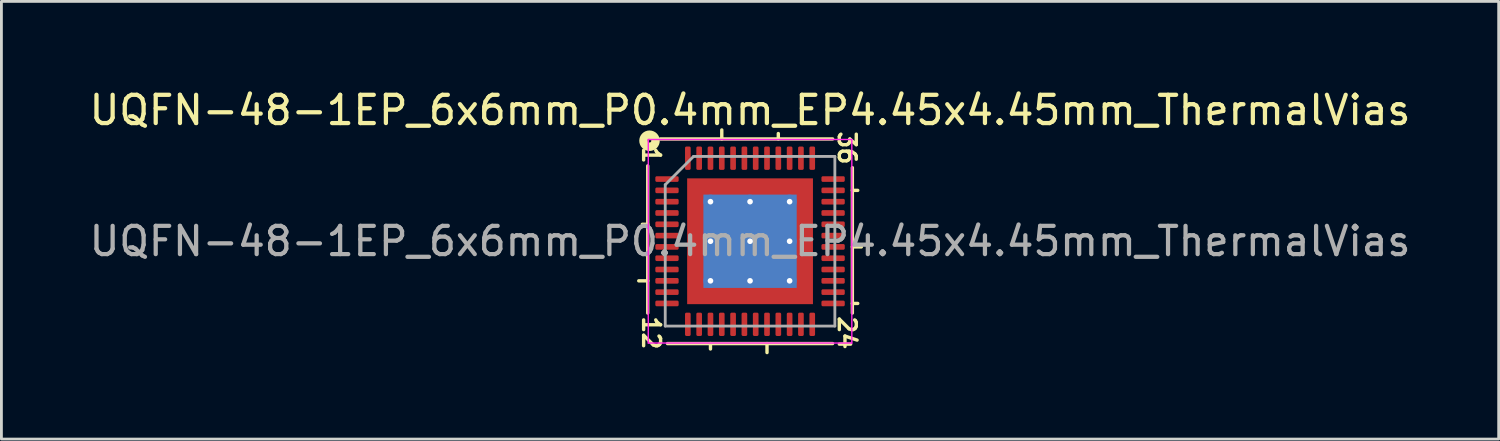
<source format=kicad_pcb>
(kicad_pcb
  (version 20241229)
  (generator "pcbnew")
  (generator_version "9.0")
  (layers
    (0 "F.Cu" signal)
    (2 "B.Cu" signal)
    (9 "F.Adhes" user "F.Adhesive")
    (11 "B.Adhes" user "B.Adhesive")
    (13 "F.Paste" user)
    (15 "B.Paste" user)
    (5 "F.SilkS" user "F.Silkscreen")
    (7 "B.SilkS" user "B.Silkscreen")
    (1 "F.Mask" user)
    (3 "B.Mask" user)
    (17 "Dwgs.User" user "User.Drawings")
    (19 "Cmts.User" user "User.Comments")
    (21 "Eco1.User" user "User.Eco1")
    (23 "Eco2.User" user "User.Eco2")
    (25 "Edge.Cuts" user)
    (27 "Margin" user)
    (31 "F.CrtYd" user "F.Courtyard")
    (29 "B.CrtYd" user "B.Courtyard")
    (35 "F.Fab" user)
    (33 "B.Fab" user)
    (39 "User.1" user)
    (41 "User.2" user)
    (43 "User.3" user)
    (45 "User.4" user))
  (footprint "UQFN-48-1EP_6x6mm_P0.4mm_EP4.45x4.45mm_ThermalVias"
    (layer "F.Cu")
    (at 23.482 5.484)
    (property "Reference" "UQFN-48-1EP_6x6mm_P0.4mm_EP4.45x4.45mm_ThermalVias" (at 0 -4.636 0) (layer "F.SilkS") (effects (font (size 1 1) (thickness 0.15))))
    (attr smd)
    (fp_line (start -3.619 -2.667) (end -3.619 2.54) (stroke (width 0.12) (type solid)) (layer "F.SilkS"))
    (fp_line (start -3.619 -0.6) (end -3.81 -0.6) (stroke (width 0.12) (type solid)) (layer "F.SilkS"))
    (fp_line (start -3.619 1.4) (end -3.937 1.4) (stroke (width 0.12) (type solid)) (layer "F.SilkS"))
    (fp_line (start -2.921 3.619) (end 2.921 3.619) (stroke (width 0.12) (type solid)) (layer "F.SilkS"))
    (fp_line (start -1.4 3.81) (end -1.4 3.619) (stroke (width 0.12) (type solid)) (layer "F.SilkS"))
    (fp_line (start -1 -3.619) (end -1 -3.937) (stroke (width 0.12) (type solid)) (layer "F.SilkS"))
    (fp_line (start 0.6 3.619) (end 0.6 3.937) (stroke (width 0.12) (type solid)) (layer "F.SilkS"))
    (fp_line (start 1 -3.619) (end 1 -3.81) (stroke (width 0.12) (type solid)) (layer "F.SilkS"))
    (fp_line (start 2.921 -3.619) (end -3.175 -3.619) (stroke (width 0.12) (type solid)) (layer "F.SilkS"))
    (fp_line (start 3.619 -1.8) (end 3.81 -1.8) (stroke (width 0.12) (type solid)) (layer "F.SilkS"))
    (fp_line (start 3.619 0.2) (end 3.937 0.2) (stroke (width 0.12) (type solid)) (layer "F.SilkS"))
    (fp_line (start 3.619 2.2) (end 3.81 2.2) (stroke (width 0.12) (type solid)) (layer "F.SilkS"))
    (fp_line (start 3.619 2.54) (end 3.619 -2.603) (stroke (width 0.12) (type solid)) (layer "F.SilkS"))
    (fp_circle (center -3.556 -3.556) (end -3.493 -3.556) (stroke (width 0.3) (type solid)) (fill no) (layer "F.SilkS"))
    (fp_line (start -3.6 -3.6) (end -3.6 3.6) (stroke (width 0.05) (type solid)) (layer "F.CrtYd"))
    (fp_line (start -3.6 3.6) (end 3.6 3.6) (stroke (width 0.05) (type solid)) (layer "F.CrtYd"))
    (fp_line (start 3.6 -3.6) (end -3.6 -3.6) (stroke (width 0.05) (type solid)) (layer "F.CrtYd"))
    (fp_line (start 3.6 3.6) (end 3.6 -3.6) (stroke (width 0.05) (type solid)) (layer "F.CrtYd"))
    (fp_line (start -3 -2) (end -2 -3) (stroke (width 0.1) (type solid)) (layer "F.Fab"))
    (fp_line (start -3 3) (end -3 -2) (stroke (width 0.1) (type solid)) (layer "F.Fab"))
    (fp_line (start -2 -3) (end 3 -3) (stroke (width 0.1) (type solid)) (layer "F.Fab"))
    (fp_line (start 3 -3) (end 3 3) (stroke (width 0.1) (type solid)) (layer "F.Fab"))
    (fp_line (start 3 3) (end -3 3) (stroke (width 0.1) (type solid)) (layer "F.Fab"))
    (fp_text user "24" (at 3.429 3.239 270) (unlocked yes) (layer "F.SilkS") (effects (font (size 0.6 0.6) (thickness 0.12))))
    (fp_text user "36" (at 3.429 -3.302 270) (unlocked yes) (layer "F.SilkS") (effects (font (size 0.6 0.6) (thickness 0.12))))
    (fp_text user "12" (at -3.493 3.239 270) (unlocked yes) (layer "F.SilkS") (effects (font (size 0.6 0.6) (thickness 0.12))))
    (fp_text user "1" (at -3.493 -3.048 270) (unlocked yes) (layer "F.SilkS") (effects (font (size 0.6 0.6) (thickness 0.12))))
    (fp_text user "${REFERENCE}" (at 0 0 0) (layer "F.Fab") (effects (font (size 1 1) (thickness 0.15))))
    (pad "" smd custom (at -1.812 -1.812) (size 0.578 0.578) (layers "F.Paste") (options (anchor circle)) (primitives (gr_poly (pts (xy 0.246 0.174) (xy 0.174 0.246) (xy -0.246 0.246) (xy -0.246 -0.246) (xy 0.246 -0.246)) (width 0.174) (fill yes))))
    (pad "" smd roundrect (at -1.812 -0.7) (size 0.665 1.129) (layers "F.Paste") (roundrect_rratio 0.25))
    (pad "" smd roundrect (at -1.812 0.7) (size 0.665 1.129) (layers "F.Paste") (roundrect_rratio 0.25))
    (pad "" smd custom (at -1.812 1.812) (size 0.578 0.578) (layers "F.Paste") (options (anchor circle)) (primitives (gr_poly (pts (xy 0.246 -0.174) (xy 0.246 0.246) (xy -0.246 0.246) (xy -0.246 -0.246) (xy 0.174 -0.246)) (width 0.174) (fill yes))))
    (pad "" smd roundrect (at -0.7 -1.812) (size 1.129 0.665) (layers "F.Paste") (roundrect_rratio 0.25))
    (pad "" smd roundrect (at -0.7 -0.7) (size 1.129 1.129) (layers "F.Paste") (roundrect_rratio 0.221))
    (pad "" smd roundrect (at -0.7 0.7) (size 1.129 1.129) (layers "F.Paste") (roundrect_rratio 0.221))
    (pad "" smd roundrect (at -0.7 1.812) (size 1.129 0.665) (layers "F.Paste") (roundrect_rratio 0.25))
    (pad "" smd roundrect (at 0.7 -1.812) (size 1.129 0.665) (layers "F.Paste") (roundrect_rratio 0.25))
    (pad "" smd roundrect (at 0.7 -0.7) (size 1.129 1.129) (layers "F.Paste") (roundrect_rratio 0.221))
    (pad "" smd roundrect (at 0.7 0.7) (size 1.129 1.129) (layers "F.Paste") (roundrect_rratio 0.221))
    (pad "" smd roundrect (at 0.7 1.812) (size 1.129 0.665) (layers "F.Paste") (roundrect_rratio 0.25))
    (pad "" smd custom (at 1.812 -1.812) (size 0.578 0.578) (layers "F.Paste") (options (anchor circle)) (primitives (gr_poly (pts (xy 0.246 0.246) (xy -0.174 0.246) (xy -0.246 0.174) (xy -0.246 -0.246) (xy 0.246 -0.246)) (width 0.174) (fill yes))))
    (pad "" smd roundrect (at 1.812 -0.7) (size 0.665 1.129) (layers "F.Paste") (roundrect_rratio 0.25))
    (pad "" smd roundrect (at 1.812 0.7) (size 0.665 1.129) (layers "F.Paste") (roundrect_rratio 0.25))
    (pad "" smd custom (at 1.812 1.812) (size 0.578 0.578) (layers "F.Paste") (options (anchor circle)) (primitives (gr_poly (pts (xy 0.246 0.246) (xy -0.246 0.246) (xy -0.246 -0.174) (xy -0.174 -0.246) (xy 0.246 -0.246)) (width 0.174) (fill yes))))
    (pad "1" smd roundrect (at -2.938 -2.2) (size 0.825 0.2) (layers "F.Cu" "F.Mask" "F.Paste") (roundrect_rratio 0.25))
    (pad "2" smd roundrect (at -2.938 -1.8) (size 0.825 0.2) (layers "F.Cu" "F.Mask" "F.Paste") (roundrect_rratio 0.25))
    (pad "3" smd roundrect (at -2.938 -1.4) (size 0.825 0.2) (layers "F.Cu" "F.Mask" "F.Paste") (roundrect_rratio 0.25))
    (pad "4" smd roundrect (at -2.938 -1) (size 0.825 0.2) (layers "F.Cu" "F.Mask" "F.Paste") (roundrect_rratio 0.25))
    (pad "5" smd roundrect (at -2.938 -0.6) (size 0.825 0.2) (layers "F.Cu" "F.Mask" "F.Paste") (roundrect_rratio 0.25))
    (pad "6" smd roundrect (at -2.938 -0.2) (size 0.825 0.2) (layers "F.Cu" "F.Mask" "F.Paste") (roundrect_rratio 0.25))
    (pad "7" smd roundrect (at -2.938 0.2) (size 0.825 0.2) (layers "F.Cu" "F.Mask" "F.Paste") (roundrect_rratio 0.25))
    (pad "8" smd roundrect (at -2.938 0.6) (size 0.825 0.2) (layers "F.Cu" "F.Mask" "F.Paste") (roundrect_rratio 0.25))
    (pad "9" smd roundrect (at -2.938 1) (size 0.825 0.2) (layers "F.Cu" "F.Mask" "F.Paste") (roundrect_rratio 0.25))
    (pad "10" smd roundrect (at -2.938 1.4) (size 0.825 0.2) (layers "F.Cu" "F.Mask" "F.Paste") (roundrect_rratio 0.25))
    (pad "11" smd roundrect (at -2.938 1.8) (size 0.825 0.2) (layers "F.Cu" "F.Mask" "F.Paste") (roundrect_rratio 0.25))
    (pad "12" smd roundrect (at -2.938 2.2) (size 0.825 0.2) (layers "F.Cu" "F.Mask" "F.Paste") (roundrect_rratio 0.25))
    (pad "13" smd roundrect (at -2.2 2.938) (size 0.2 0.825) (layers "F.Cu" "F.Mask" "F.Paste") (roundrect_rratio 0.25))
    (pad "14" smd roundrect (at -1.8 2.938) (size 0.2 0.825) (layers "F.Cu" "F.Mask" "F.Paste") (roundrect_rratio 0.25))
    (pad "15" smd roundrect (at -1.4 2.938) (size 0.2 0.825) (layers "F.Cu" "F.Mask" "F.Paste") (roundrect_rratio 0.25))
    (pad "16" smd roundrect (at -1 2.938) (size 0.2 0.825) (layers "F.Cu" "F.Mask" "F.Paste") (roundrect_rratio 0.25))
    (pad "17" smd roundrect (at -0.6 2.938) (size 0.2 0.825) (layers "F.Cu" "F.Mask" "F.Paste") (roundrect_rratio 0.25))
    (pad "18" smd roundrect (at -0.2 2.938) (size 0.2 0.825) (layers "F.Cu" "F.Mask" "F.Paste") (roundrect_rratio 0.25))
    (pad "19" smd roundrect (at 0.2 2.938) (size 0.2 0.825) (layers "F.Cu" "F.Mask" "F.Paste") (roundrect_rratio 0.25))
    (pad "20" smd roundrect (at 0.6 2.938) (size 0.2 0.825) (layers "F.Cu" "F.Mask" "F.Paste") (roundrect_rratio 0.25))
    (pad "21" smd roundrect (at 1 2.938) (size 0.2 0.825) (layers "F.Cu" "F.Mask" "F.Paste") (roundrect_rratio 0.25))
    (pad "22" smd roundrect (at 1.4 2.938) (size 0.2 0.825) (layers "F.Cu" "F.Mask" "F.Paste") (roundrect_rratio 0.25))
    (pad "23" smd roundrect (at 1.8 2.938) (size 0.2 0.825) (layers "F.Cu" "F.Mask" "F.Paste") (roundrect_rratio 0.25))
    (pad "24" smd roundrect (at 2.2 2.938) (size 0.2 0.825) (layers "F.Cu" "F.Mask" "F.Paste") (roundrect_rratio 0.25))
    (pad "25" smd roundrect (at 2.938 2.2) (size 0.825 0.2) (layers "F.Cu" "F.Mask" "F.Paste") (roundrect_rratio 0.25))
    (pad "26" smd roundrect (at 2.938 1.8) (size 0.825 0.2) (layers "F.Cu" "F.Mask" "F.Paste") (roundrect_rratio 0.25))
    (pad "27" smd roundrect (at 2.938 1.4) (size 0.825 0.2) (layers "F.Cu" "F.Mask" "F.Paste") (roundrect_rratio 0.25))
    (pad "28" smd roundrect (at 2.938 1) (size 0.825 0.2) (layers "F.Cu" "F.Mask" "F.Paste") (roundrect_rratio 0.25))
    (pad "29" smd roundrect (at 2.938 0.6) (size 0.825 0.2) (layers "F.Cu" "F.Mask" "F.Paste") (roundrect_rratio 0.25))
    (pad "30" smd roundrect (at 2.938 0.2) (size 0.825 0.2) (layers "F.Cu" "F.Mask" "F.Paste") (roundrect_rratio 0.25))
    (pad "31" smd roundrect (at 2.938 -0.2) (size 0.825 0.2) (layers "F.Cu" "F.Mask" "F.Paste") (roundrect_rratio 0.25))
    (pad "32" smd roundrect (at 2.938 -0.6) (size 0.825 0.2) (layers "F.Cu" "F.Mask" "F.Paste") (roundrect_rratio 0.25))
    (pad "33" smd roundrect (at 2.938 -1) (size 0.825 0.2) (layers "F.Cu" "F.Mask" "F.Paste") (roundrect_rratio 0.25))
    (pad "34" smd roundrect (at 2.938 -1.4) (size 0.825 0.2) (layers "F.Cu" "F.Mask" "F.Paste") (roundrect_rratio 0.25))
    (pad "35" smd roundrect (at 2.938 -1.8) (size 0.825 0.2) (layers "F.Cu" "F.Mask" "F.Paste") (roundrect_rratio 0.25))
    (pad "36" smd roundrect (at 2.938 -2.2) (size 0.825 0.2) (layers "F.Cu" "F.Mask" "F.Paste") (roundrect_rratio 0.25))
    (pad "37" smd roundrect (at 2.2 -2.938) (size 0.2 0.825) (layers "F.Cu" "F.Mask" "F.Paste") (roundrect_rratio 0.25))
    (pad "38" smd roundrect (at 1.8 -2.938) (size 0.2 0.825) (layers "F.Cu" "F.Mask" "F.Paste") (roundrect_rratio 0.25))
    (pad "39" smd roundrect (at 1.4 -2.938) (size 0.2 0.825) (layers "F.Cu" "F.Mask" "F.Paste") (roundrect_rratio 0.25))
    (pad "40" smd roundrect (at 1 -2.938) (size 0.2 0.825) (layers "F.Cu" "F.Mask" "F.Paste") (roundrect_rratio 0.25))
    (pad "41" smd roundrect (at 0.6 -2.938) (size 0.2 0.825) (layers "F.Cu" "F.Mask" "F.Paste") (roundrect_rratio 0.25))
    (pad "42" smd roundrect (at 0.2 -2.938) (size 0.2 0.825) (layers "F.Cu" "F.Mask" "F.Paste") (roundrect_rratio 0.25))
    (pad "43" smd roundrect (at -0.2 -2.938) (size 0.2 0.825) (layers "F.Cu" "F.Mask" "F.Paste") (roundrect_rratio 0.25))
    (pad "44" smd roundrect (at -0.6 -2.938) (size 0.2 0.825) (layers "F.Cu" "F.Mask" "F.Paste") (roundrect_rratio 0.25))
    (pad "45" smd roundrect (at -1 -2.938) (size 0.2 0.825) (layers "F.Cu" "F.Mask" "F.Paste") (roundrect_rratio 0.25))
    (pad "46" smd roundrect (at -1.4 -2.938) (size 0.2 0.825) (layers "F.Cu" "F.Mask" "F.Paste") (roundrect_rratio 0.25))
    (pad "47" smd roundrect (at -1.8 -2.938) (size 0.2 0.825) (layers "F.Cu" "F.Mask" "F.Paste") (roundrect_rratio 0.25))
    (pad "48" smd roundrect (at -2.2 -2.938) (size 0.2 0.825) (layers "F.Cu" "F.Mask" "F.Paste") (roundrect_rratio 0.25))
    (pad "49" thru_hole circle (at -1.4 -1.4) (size 0.5 0.5) (drill 0.2) (layers "*.Cu"))
    (pad "49" thru_hole circle (at -1.4 0) (size 0.5 0.5) (drill 0.2) (layers "*.Cu"))
    (pad "49" thru_hole circle (at -1.4 1.4) (size 0.5 0.5) (drill 0.2) (layers "*.Cu"))
    (pad "49" thru_hole circle (at 0 -1.4) (size 0.5 0.5) (drill 0.2) (layers "*.Cu"))
    (pad "49" thru_hole circle (at 0 0) (size 0.5 0.5) (drill 0.2) (layers "*.Cu"))
    (pad "49" smd rect (at 0 0) (size 3.3 3.3) (layers "B.Cu" "B.Mask"))
    (pad "49" smd rect (at 0 0) (size 4.45 4.45) (layers "F.Cu" "F.Mask"))
    (pad "49" thru_hole circle (at 0 1.4) (size 0.5 0.5) (drill 0.2) (layers "*.Cu"))
    (pad "49" thru_hole circle (at 1.4 -1.4) (size 0.5 0.5) (drill 0.2) (layers "*.Cu"))
    (pad "49" thru_hole circle (at 1.4 0) (size 0.5 0.5) (drill 0.2) (layers "*.Cu"))
    (pad "49" thru_hole circle (at 1.4 1.4) (size 0.5 0.5) (drill 0.2) (layers "*.Cu")))
  (gr_rect
    (start -3 -3)
    (end 49.964 12.481)
    (stroke (width 0.1) (type default))
    (fill no)
    (layer "Edge.Cuts")))
</source>
